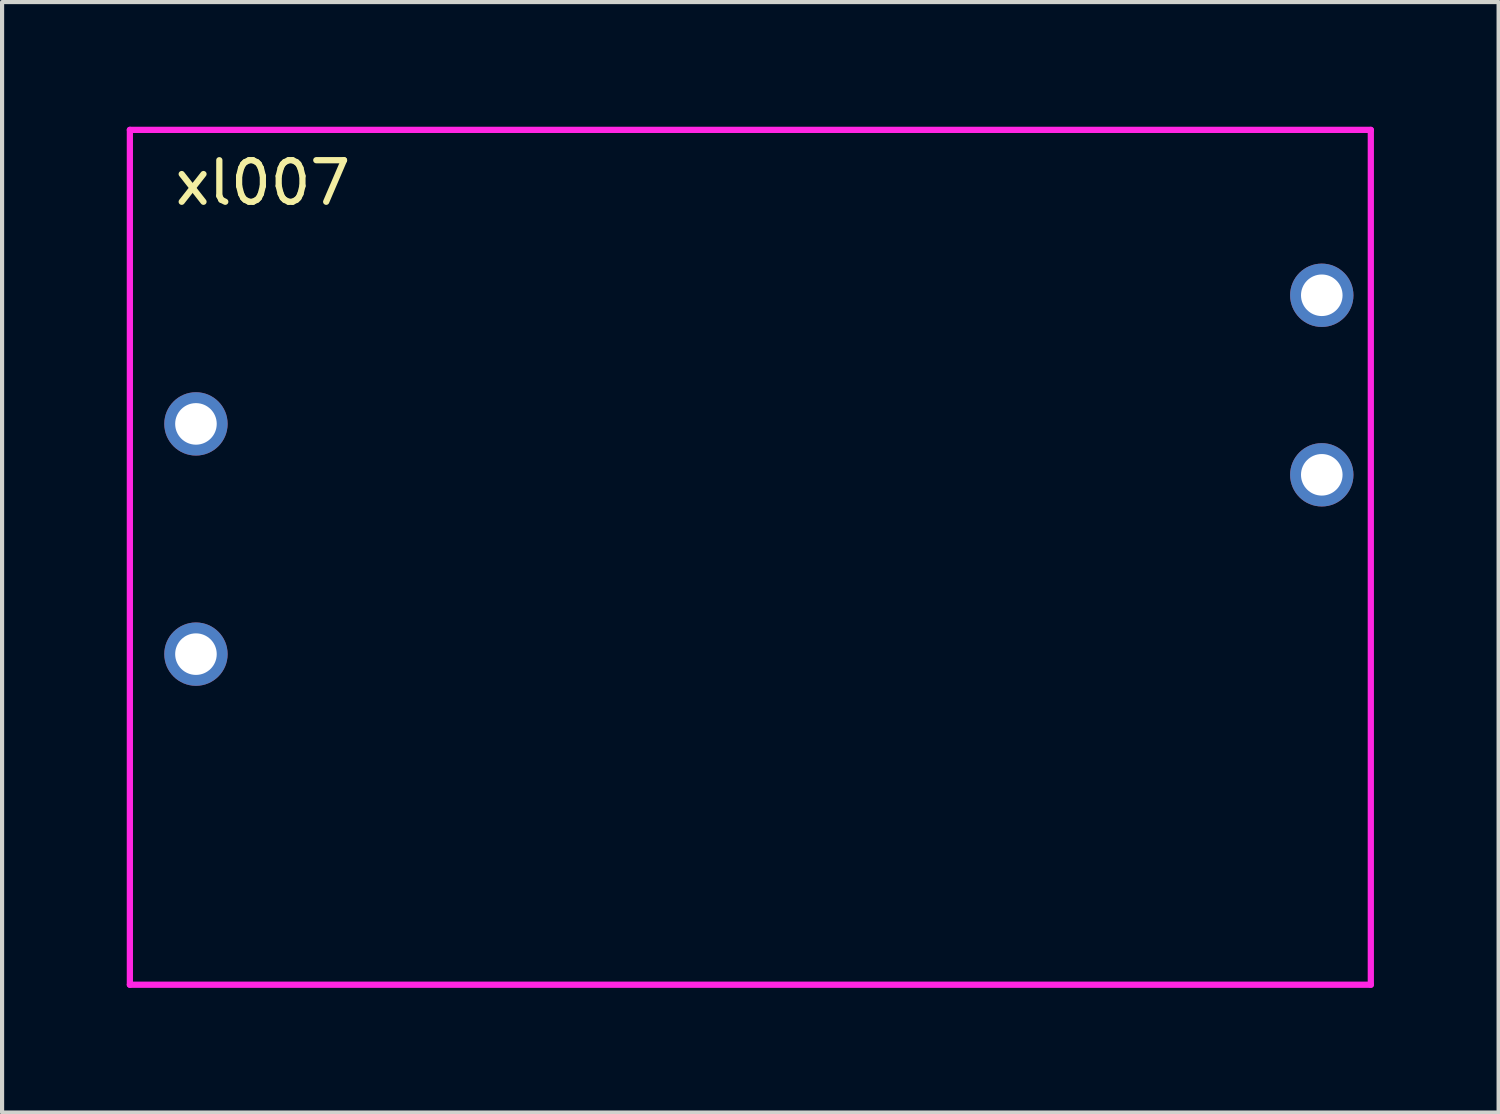
<source format=kicad_pcb>
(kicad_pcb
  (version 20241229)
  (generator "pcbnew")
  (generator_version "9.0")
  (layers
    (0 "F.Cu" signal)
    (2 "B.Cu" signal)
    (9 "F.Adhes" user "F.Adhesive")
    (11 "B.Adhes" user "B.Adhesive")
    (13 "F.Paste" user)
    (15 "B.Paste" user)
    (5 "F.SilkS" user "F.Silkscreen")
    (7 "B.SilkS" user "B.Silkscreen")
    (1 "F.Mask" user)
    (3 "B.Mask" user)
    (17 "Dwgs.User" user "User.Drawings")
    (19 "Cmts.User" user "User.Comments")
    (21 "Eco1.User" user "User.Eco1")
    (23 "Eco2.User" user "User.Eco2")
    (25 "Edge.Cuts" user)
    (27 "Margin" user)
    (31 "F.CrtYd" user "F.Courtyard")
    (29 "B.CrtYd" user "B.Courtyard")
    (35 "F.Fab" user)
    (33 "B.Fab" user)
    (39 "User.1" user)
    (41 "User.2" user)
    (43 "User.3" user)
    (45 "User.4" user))
  (footprint "xl007"
    (layer "F.Cu")
    (at 15.005 10.36)
    (property "Reference" "xl007" (at -11.73 -9.01 0) (layer "F.SilkS") (effects (font (size 1 1) (thickness 0.15))))
    (attr through_hole)
    (fp_line (start -14.93 -10.285) (end -14.93 10.285) (stroke (width 0.15) (type solid)) (layer "F.CrtYd"))
    (fp_line (start -14.93 -10.285) (end 14.93 -10.285) (stroke (width 0.15) (type solid)) (layer "F.CrtYd"))
    (fp_line (start -14.93 10.285) (end 14.93 10.285) (stroke (width 0.15) (type solid)) (layer "F.CrtYd"))
    (fp_line (start 14.93 -10.285) (end 14.93 10.285) (stroke (width 0.15) (type solid)) (layer "F.CrtYd"))
    (pad "1" thru_hole circle (at 13.75 -6.305) (size 1.524 1.524) (drill 1) (layers "*.Cu" "*.Mask"))
    (pad "2" thru_hole circle (at 13.75 -1.985) (size 1.524 1.524) (drill 1) (layers "*.Cu" "*.Mask"))
    (pad "3" thru_hole circle (at -13.34 -3.21) (size 1.524 1.524) (drill 1) (layers "*.Cu" "*.Mask"))
    (pad "4" thru_hole circle (at -13.34 2.33) (size 1.524 1.524) (drill 1) (layers "*.Cu" "*.Mask")))
  (gr_rect
    (start -3 -3)
    (end 33.01 23.72)
    (stroke (width 0.1) (type default))
    (fill no)
    (layer "Edge.Cuts")))
</source>
